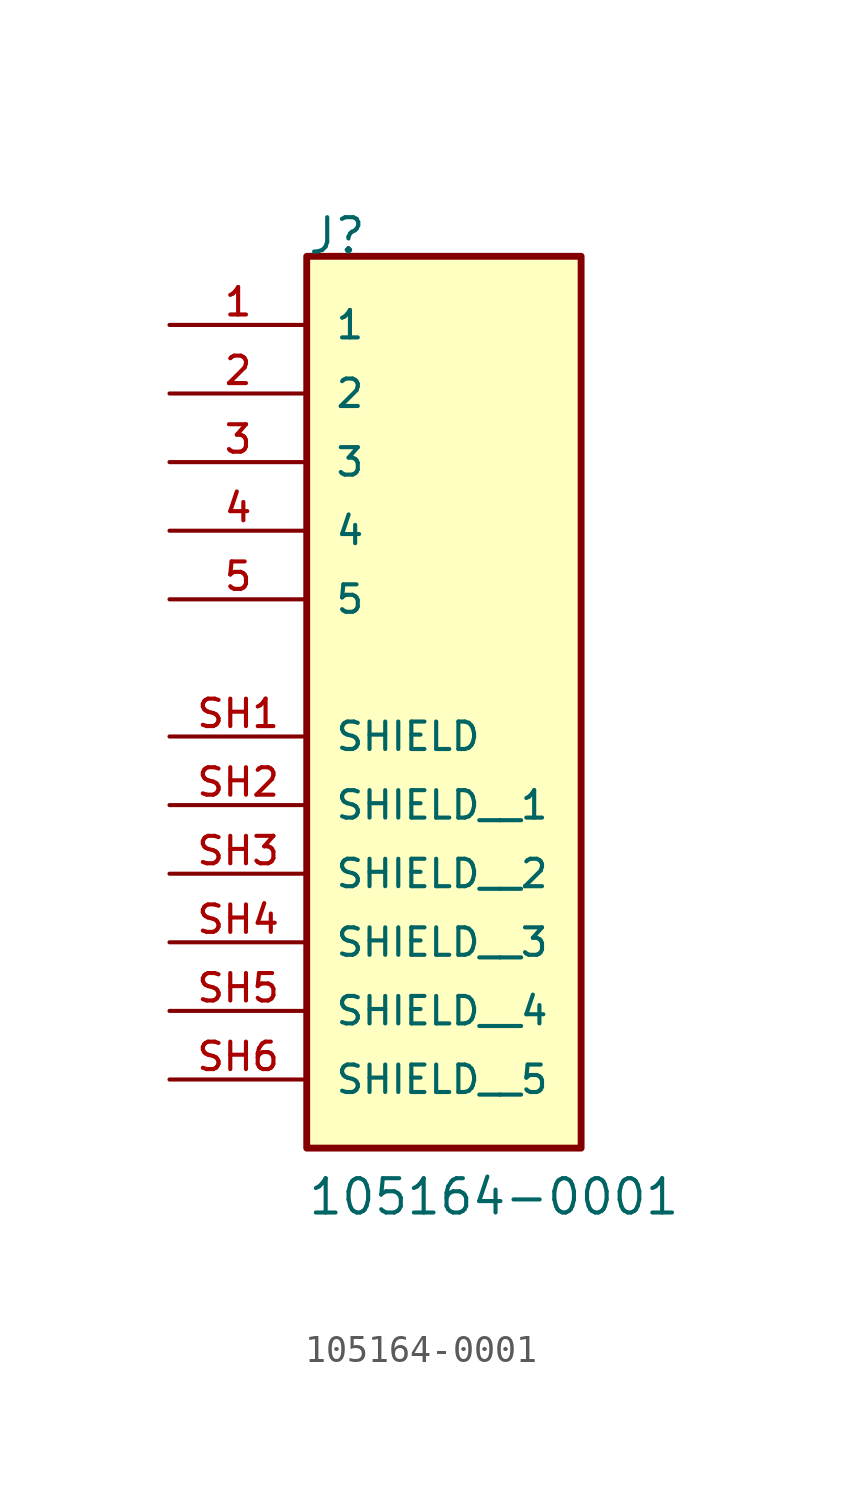
<source format=kicad_sym>
(kicad_symbol_lib
  (version 20211014)
  (generator kicad_symbol_editor)
  (symbol "105164-0001"
    (pin_names
      (offset 1.016))
    (property "Reference" "J"
      (at -5.087 10.174 0)
      (effects (font (size 1.27 1.27)) (justify bottom left)))
    (property "Value" "105164-0001"
      (at -5.083 -25.408 0)
      (effects (font (size 1.27 1.27)) (justify bottom left)))
    (symbol "105164-0001_0_0"
      (rectangle (start -5.08 -22.86) (end 5.08 10.16) (stroke (width 0.254)) (fill (type background)))
      (pin passive line (at -10.16 7.62 0) (length 5.08) (name "1" (effects (font (size 1.016 1.016)))) (number "1" (effects (font (size 1.016 1.016)))))
      (pin passive line (at -10.16 5.08 0) (length 5.08) (name "2" (effects (font (size 1.016 1.016)))) (number "2" (effects (font (size 1.016 1.016)))))
      (pin passive line (at -10.16 2.54 0) (length 5.08) (name "3" (effects (font (size 1.016 1.016)))) (number "3" (effects (font (size 1.016 1.016)))))
      (pin passive line (at -10.16 0.0 0) (length 5.08) (name "4" (effects (font (size 1.016 1.016)))) (number "4" (effects (font (size 1.016 1.016)))))
      (pin passive line (at -10.16 -2.54 0) (length 5.08) (name "5" (effects (font (size 1.016 1.016)))) (number "5" (effects (font (size 1.016 1.016)))))
      (pin passive line (at -10.16 -7.62 0) (length 5.08) (name "SHIELD" (effects (font (size 1.016 1.016)))) (number "SH1" (effects (font (size 1.016 1.016)))))
      (pin passive line (at -10.16 -10.16 0) (length 5.08) (name "SHIELD__1" (effects (font (size 1.016 1.016)))) (number "SH2" (effects (font (size 1.016 1.016)))))
      (pin passive line (at -10.16 -12.7 0) (length 5.08) (name "SHIELD__2" (effects (font (size 1.016 1.016)))) (number "SH3" (effects (font (size 1.016 1.016)))))
      (pin passive line (at -10.16 -15.24 0) (length 5.08) (name "SHIELD__3" (effects (font (size 1.016 1.016)))) (number "SH4" (effects (font (size 1.016 1.016)))))
      (pin passive line (at -10.16 -17.78 0) (length 5.08) (name "SHIELD__4" (effects (font (size 1.016 1.016)))) (number "SH5" (effects (font (size 1.016 1.016)))))
      (pin passive line (at -10.16 -20.32 0) (length 5.08) (name "SHIELD__5" (effects (font (size 1.016 1.016)))) (number "SH6" (effects (font (size 1.016 1.016))))))))
</source>
